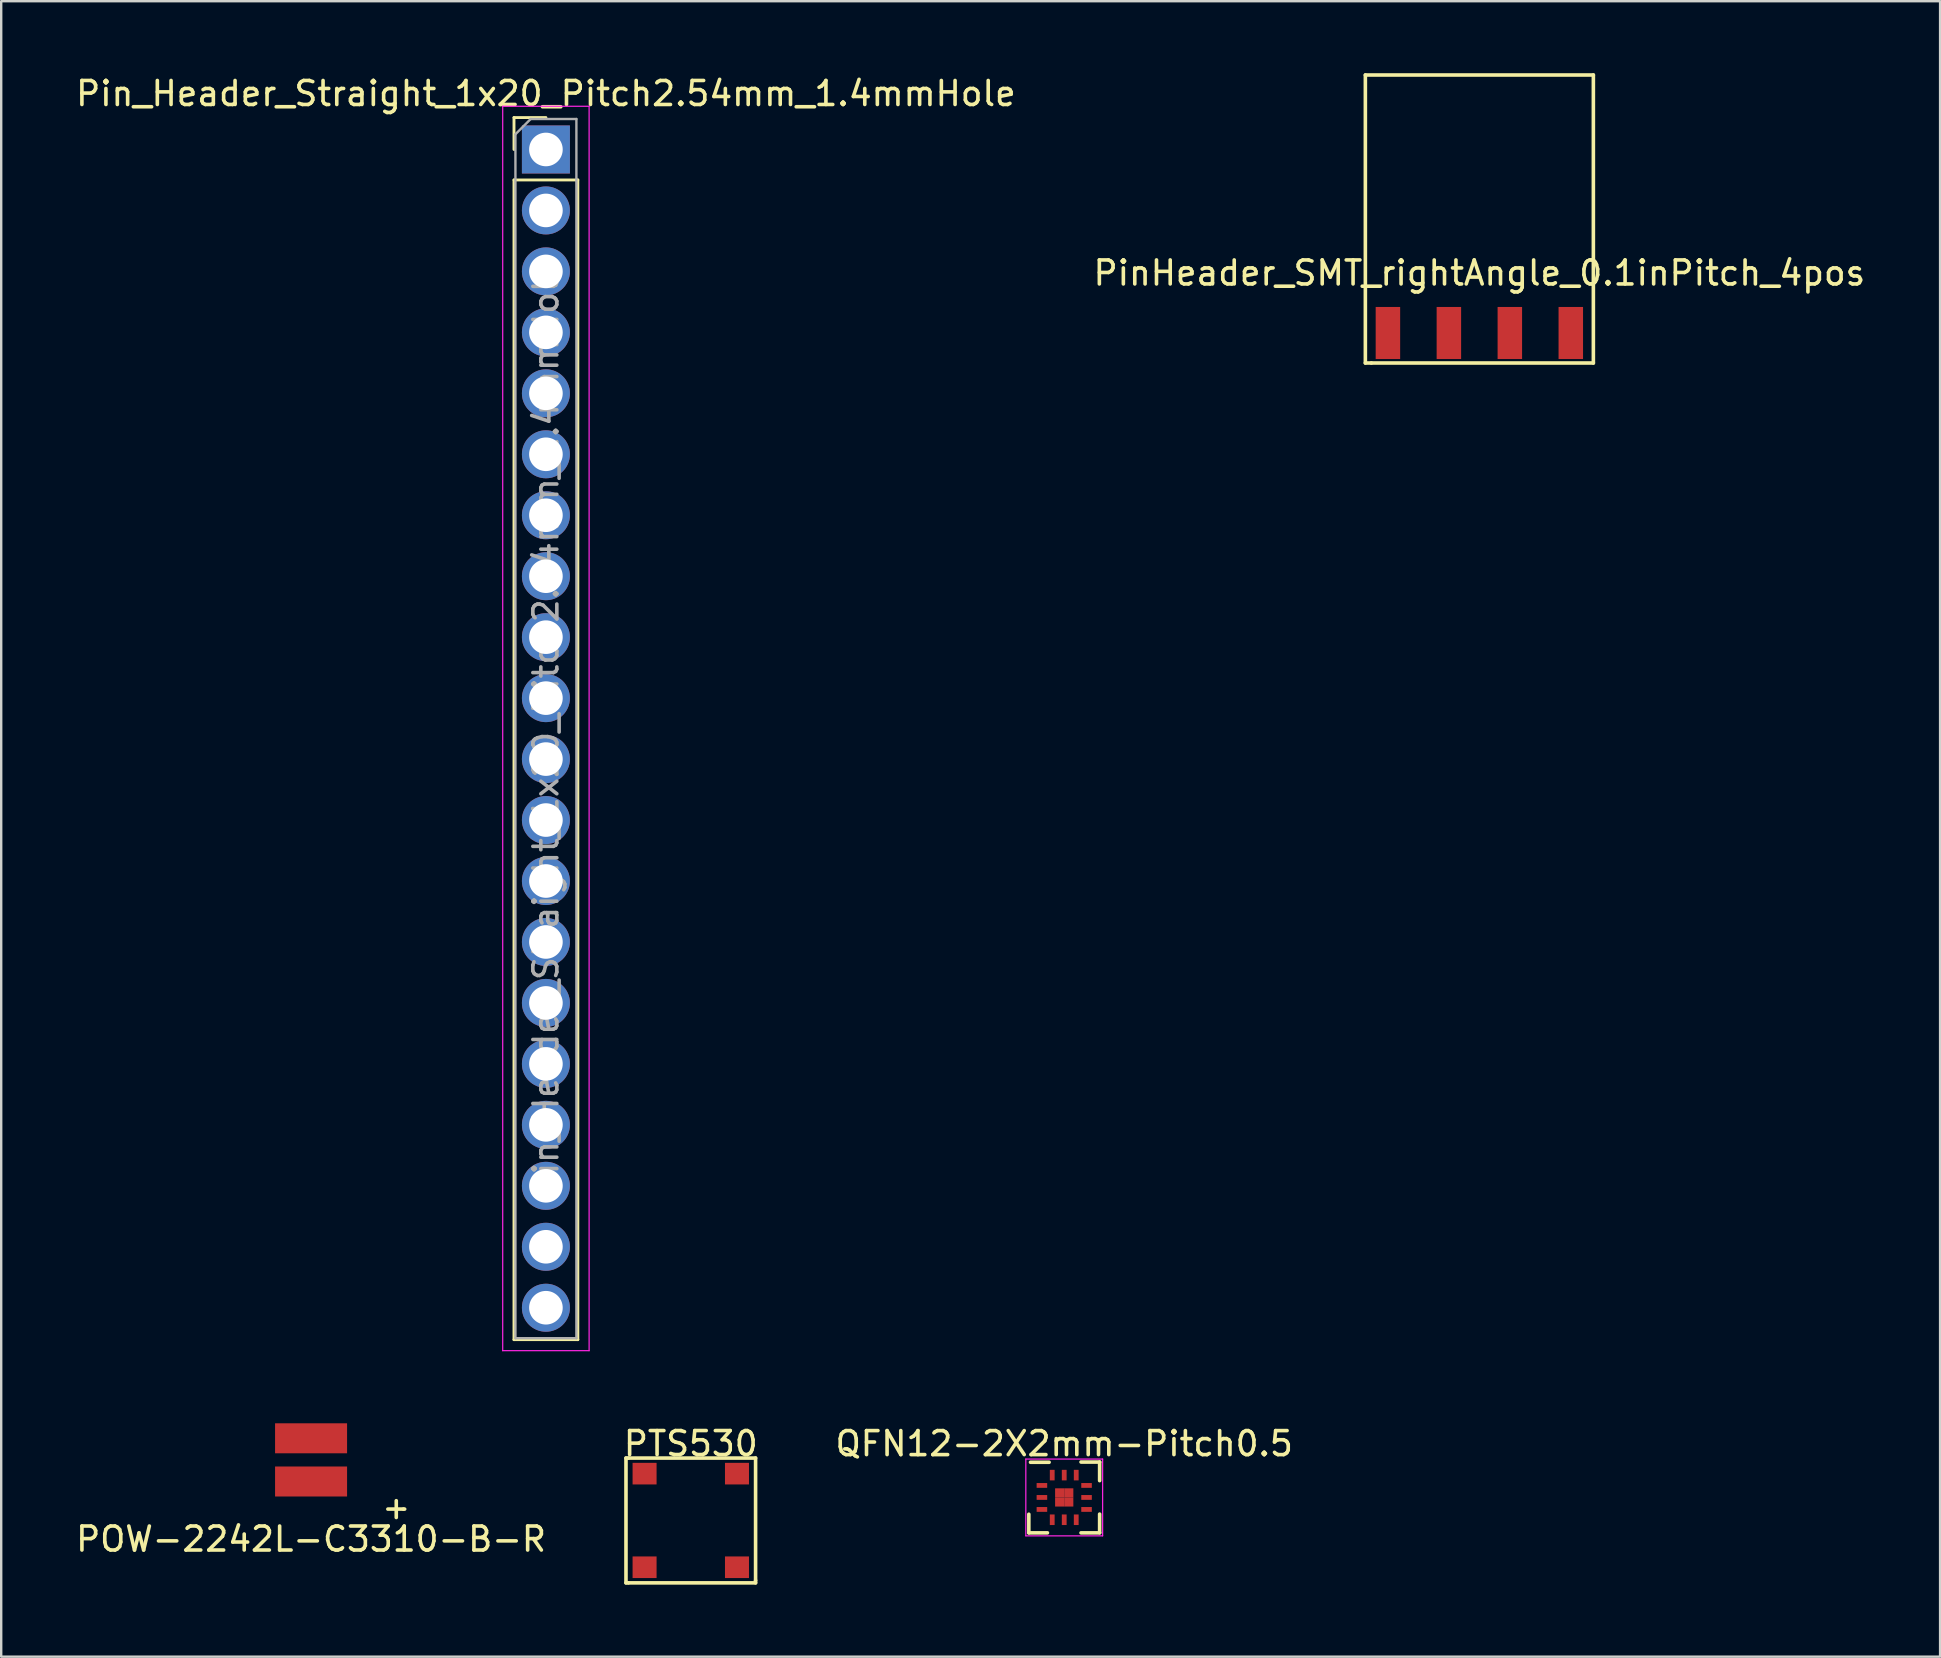
<source format=kicad_pcb>
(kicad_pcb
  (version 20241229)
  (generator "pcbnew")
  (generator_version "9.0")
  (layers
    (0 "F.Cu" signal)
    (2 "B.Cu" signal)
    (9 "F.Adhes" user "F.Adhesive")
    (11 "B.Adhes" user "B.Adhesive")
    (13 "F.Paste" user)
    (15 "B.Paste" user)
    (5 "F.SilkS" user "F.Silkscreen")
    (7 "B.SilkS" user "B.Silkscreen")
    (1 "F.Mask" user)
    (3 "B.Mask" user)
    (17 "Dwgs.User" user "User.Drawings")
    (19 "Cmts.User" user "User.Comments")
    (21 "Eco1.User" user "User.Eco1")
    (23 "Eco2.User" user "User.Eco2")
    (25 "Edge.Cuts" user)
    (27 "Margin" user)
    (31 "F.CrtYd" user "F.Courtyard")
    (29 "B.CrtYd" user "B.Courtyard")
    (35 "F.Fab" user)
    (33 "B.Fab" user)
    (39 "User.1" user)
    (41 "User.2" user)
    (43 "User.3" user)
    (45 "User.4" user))
  (footprint "PTS530"
    (layer "F.Cu")
    (at 25.732 60.301)
    (property "Reference" "PTS530" (at 0 -3.2 0) (layer "F.SilkS") (effects (font (size 1 1) (thickness 0.15))))
    (attr through_hole)
    (fp_line (start -2.7 -2.6) (end -2.6 -2.6) (stroke (width 0.15) (type solid)) (layer "F.SilkS"))
    (fp_line (start -2.7 2.6) (end -2.7 -2.6) (stroke (width 0.15) (type solid)) (layer "F.SilkS"))
    (fp_line (start -2.6 -2.6) (end 2.7 -2.6) (stroke (width 0.15) (type solid)) (layer "F.SilkS"))
    (fp_line (start -2.6 2.6) (end -2.7 2.6) (stroke (width 0.15) (type solid)) (layer "F.SilkS"))
    (fp_line (start 2.7 -2.6) (end 2.7 2.5) (stroke (width 0.15) (type solid)) (layer "F.SilkS"))
    (fp_line (start 2.7 2.5) (end 2.7 2.6) (stroke (width 0.15) (type solid)) (layer "F.SilkS"))
    (fp_line (start 2.7 2.6) (end -2.6 2.6) (stroke (width 0.15) (type solid)) (layer "F.SilkS"))
    (pad "1" smd rect (at -1.925 -1.95) (size 1 0.9) (layers "F.Cu" "F.Mask" "F.Paste"))
    (pad "2" smd rect (at 1.925 -1.95) (size 1 0.9) (layers "F.Cu" "F.Mask" "F.Paste"))
    (pad "3" smd rect (at -1.925 1.95) (size 1 0.9) (layers "F.Cu" "F.Mask" "F.Paste"))
    (pad "4" smd rect (at 1.925 1.95) (size 1 0.9) (layers "F.Cu" "F.Mask" "F.Paste")))
  (footprint "POW-2242L-C3310-B-R"
    (layer "F.Cu")
    (at 9.911 57.778)
    (property "Reference" "POW-2242L-C3310-B-R" (at 0 3.3 0) (layer "F.SilkS") (effects (font (size 1 1) (thickness 0.15))))
    (attr through_hole)
    (fp_line (start 3.2 2.05) (end 3.85 2.05) (stroke (width 0.15) (type solid)) (layer "F.SilkS"))
    (fp_line (start 3.55 1.7) (end 3.55 2.4) (stroke (width 0.15) (type solid)) (layer "F.SilkS"))
    (fp_line (start 3.85 2.05) (end 3.9 2.05) (stroke (width 0.15) (type solid)) (layer "F.SilkS"))
    (pad "A" smd rect (at 0 0.9) (size 3 1.25) (layers "F.Cu" "F.Mask" "F.Paste"))
    (pad "C" smd rect (at 0 -0.9) (size 3 1.25) (layers "F.Cu" "F.Mask" "F.Paste")))
  (footprint "PinHeader_SMT_rightAngle_0.1inPitch_4pos"
    (layer "F.Cu")
    (at 58.589 10.825)
    (property "Reference" "PinHeader_SMT_rightAngle_0.1inPitch_4pos" (at 0 -2.5 0) (layer "F.SilkS") (effects (font (size 1 1) (thickness 0.15))))
    (attr through_hole)
    (fp_line (start -4.75 -10.75) (end 4.75 -10.75) (stroke (width 0.15) (type solid)) (layer "F.SilkS"))
    (fp_line (start -4.75 1.25) (end -4.75 -10.75) (stroke (width 0.15) (type solid)) (layer "F.SilkS"))
    (fp_line (start -4.5 1.25) (end -4.75 1.25) (stroke (width 0.15) (type solid)) (layer "F.SilkS"))
    (fp_line (start -4.5 1.25) (end 4.75 1.25) (stroke (width 0.15) (type solid)) (layer "F.SilkS"))
    (fp_line (start 4.75 1.25) (end 4.75 -10.75) (stroke (width 0.15) (type solid)) (layer "F.SilkS"))
    (pad "1" smd rect (at -3.81 0) (size 1.02 2.17) (layers "F.Cu" "F.Mask" "F.Paste"))
    (pad "2" smd rect (at -1.27 0) (size 1.02 2.17) (layers "F.Cu" "F.Mask" "F.Paste"))
    (pad "3" smd rect (at 1.27 0) (size 1.02 2.17) (layers "F.Cu" "F.Mask" "F.Paste"))
    (pad "4" smd rect (at 3.81 0) (size 1.02 2.17) (layers "F.Cu" "F.Mask" "F.Paste")))
  (footprint "Pin_Header_Straight_1x20_Pitch2.54mm_1.4mmHole"
    (layer "F.Cu")
    (at 19.696 3.178)
    (property "Reference" "Pin_Header_Straight_1x20_Pitch2.54mm_1.4mmHole" (at 0 -2.33 0) (layer "F.SilkS") (effects (font (size 1 1) (thickness 0.15))))
    (attr through_hole)
    (fp_line (start -1.33 -1.33) (end 0 -1.33) (stroke (width 0.12) (type solid)) (layer "F.SilkS"))
    (fp_line (start -1.33 0) (end -1.33 -1.33) (stroke (width 0.12) (type solid)) (layer "F.SilkS"))
    (fp_line (start -1.33 1.27) (end -1.33 49.59) (stroke (width 0.12) (type solid)) (layer "F.SilkS"))
    (fp_line (start -1.33 1.27) (end 1.33 1.27) (stroke (width 0.12) (type solid)) (layer "F.SilkS"))
    (fp_line (start -1.33 49.59) (end 1.33 49.59) (stroke (width 0.12) (type solid)) (layer "F.SilkS"))
    (fp_line (start 1.33 1.27) (end 1.33 49.59) (stroke (width 0.12) (type solid)) (layer "F.SilkS"))
    (fp_line (start -1.8 -1.8) (end -1.8 50.05) (stroke (width 0.05) (type solid)) (layer "F.CrtYd"))
    (fp_line (start -1.8 50.05) (end 1.8 50.05) (stroke (width 0.05) (type solid)) (layer "F.CrtYd"))
    (fp_line (start 1.8 -1.8) (end -1.8 -1.8) (stroke (width 0.05) (type solid)) (layer "F.CrtYd"))
    (fp_line (start 1.8 50.05) (end 1.8 -1.8) (stroke (width 0.05) (type solid)) (layer "F.CrtYd"))
    (fp_line (start -1.27 -0.635) (end -0.635 -1.27) (stroke (width 0.1) (type solid)) (layer "F.Fab"))
    (fp_line (start -1.27 49.53) (end -1.27 -0.635) (stroke (width 0.1) (type solid)) (layer "F.Fab"))
    (fp_line (start -0.635 -1.27) (end 1.27 -1.27) (stroke (width 0.1) (type solid)) (layer "F.Fab"))
    (fp_line (start 1.27 -1.27) (end 1.27 49.53) (stroke (width 0.1) (type solid)) (layer "F.Fab"))
    (fp_line (start 1.27 49.53) (end -1.27 49.53) (stroke (width 0.1) (type solid)) (layer "F.Fab"))
    (fp_text user "${REFERENCE}" (at 0 24.13 90) (layer "F.Fab") (effects (font (size 1 1) (thickness 0.15))))
    (pad "1" thru_hole rect (at 0 0) (size 2 2) (drill 1.4) (layers "*.Cu" "*.Mask"))
    (pad "2" thru_hole oval (at 0 2.54) (size 2 2) (drill 1.4) (layers "*.Cu" "*.Mask"))
    (pad "3" thru_hole oval (at 0 5.08) (size 2 2) (drill 1.4) (layers "*.Cu" "*.Mask"))
    (pad "4" thru_hole oval (at 0 7.62) (size 2 2) (drill 1.4) (layers "*.Cu" "*.Mask"))
    (pad "5" thru_hole oval (at 0 10.16) (size 2 2) (drill 1.4) (layers "*.Cu" "*.Mask"))
    (pad "6" thru_hole oval (at 0 12.7) (size 2 2) (drill 1.4) (layers "*.Cu" "*.Mask"))
    (pad "7" thru_hole oval (at 0 15.24) (size 2 2) (drill 1.4) (layers "*.Cu" "*.Mask"))
    (pad "8" thru_hole oval (at 0 17.78) (size 2 2) (drill 1.4) (layers "*.Cu" "*.Mask"))
    (pad "9" thru_hole oval (at 0 20.32) (size 2 2) (drill 1.4) (layers "*.Cu" "*.Mask"))
    (pad "10" thru_hole oval (at 0 22.86) (size 2 2) (drill 1.4) (layers "*.Cu" "*.Mask"))
    (pad "11" thru_hole oval (at 0 25.4) (size 2 2) (drill 1.4) (layers "*.Cu" "*.Mask"))
    (pad "12" thru_hole oval (at 0 27.94) (size 2 2) (drill 1.4) (layers "*.Cu" "*.Mask"))
    (pad "13" thru_hole oval (at 0 30.48) (size 2 2) (drill 1.4) (layers "*.Cu" "*.Mask"))
    (pad "14" thru_hole oval (at 0 33.02) (size 2 2) (drill 1.4) (layers "*.Cu" "*.Mask"))
    (pad "15" thru_hole oval (at 0 35.56) (size 2 2) (drill 1.4) (layers "*.Cu" "*.Mask"))
    (pad "16" thru_hole oval (at 0 38.1) (size 2 2) (drill 1.4) (layers "*.Cu" "*.Mask"))
    (pad "17" thru_hole oval (at 0 40.64) (size 2 2) (drill 1.4) (layers "*.Cu" "*.Mask"))
    (pad "18" thru_hole oval (at 0 43.18) (size 2 2) (drill 1.4) (layers "*.Cu" "*.Mask"))
    (pad "19" thru_hole oval (at 0 45.72) (size 2 2) (drill 1.4) (layers "*.Cu" "*.Mask"))
    (pad "20" thru_hole oval (at 0 48.26) (size 2 2) (drill 1.4) (layers "*.Cu" "*.Mask")))
  (footprint "QFN12-2X2mm-Pitch0.5"
    (layer "F.Cu")
    (at 41.292 59.342)
    (property "Reference" "QFN12-2X2mm-Pitch0.5" (at 0 -2.24 0) (layer "F.SilkS") (effects (font (size 1 1) (thickness 0.15))))
    (attr smd)
    (fp_line (start -1.475 1.475) (end -1.475 0.7) (stroke (width 0.15) (type solid)) (layer "F.SilkS"))
    (fp_line (start -1.475 1.475) (end -0.7 1.475) (stroke (width 0.15) (type solid)) (layer "F.SilkS"))
    (fp_line (start -1.405 -1.465) (end -0.63 -1.465) (stroke (width 0.15) (type solid)) (layer "F.SilkS"))
    (fp_line (start 1.475 -1.475) (end 0.7 -1.475) (stroke (width 0.15) (type solid)) (layer "F.SilkS"))
    (fp_line (start 1.475 -1.475) (end 1.475 -0.7) (stroke (width 0.15) (type solid)) (layer "F.SilkS"))
    (fp_line (start 1.475 1.475) (end 0.7 1.475) (stroke (width 0.15) (type solid)) (layer "F.SilkS"))
    (fp_line (start 1.475 1.47) (end 1.475 0.695) (stroke (width 0.15) (type solid)) (layer "F.SilkS"))
    (fp_line (start -1.6 -1.6) (end -1.6 1.6) (stroke (width 0.05) (type solid)) (layer "F.CrtYd"))
    (fp_line (start -1.6 -1.6) (end 1.6 -1.6) (stroke (width 0.05) (type solid)) (layer "F.CrtYd"))
    (fp_line (start -1.6 1.6) (end 1.6 1.6) (stroke (width 0.05) (type solid)) (layer "F.CrtYd"))
    (fp_line (start 1.6 -1.6) (end 1.6 1.6) (stroke (width 0.05) (type solid)) (layer "F.CrtYd"))
    (pad "1" smd rect (at -0.93 -0.5) (size 0.44 0.2) (layers "F.Cu" "F.Mask" "F.Paste"))
    (pad "2" smd rect (at -0.93 0) (size 0.44 0.2) (layers "F.Cu" "F.Mask" "F.Paste"))
    (pad "3" smd rect (at -0.93 0.5) (size 0.44 0.2) (layers "F.Cu" "F.Mask" "F.Paste"))
    (pad "4" smd rect (at -0.5 0.93 90) (size 0.44 0.2) (layers "F.Cu" "F.Mask" "F.Paste"))
    (pad "5" smd rect (at 0 0.93 90) (size 0.44 0.2) (layers "F.Cu" "F.Mask" "F.Paste"))
    (pad "6" smd rect (at 0.5 0.93 90) (size 0.44 0.2) (layers "F.Cu" "F.Mask" "F.Paste"))
    (pad "7" smd rect (at 0.93 0.5) (size 0.44 0.2) (layers "F.Cu" "F.Mask" "F.Paste"))
    (pad "8" smd rect (at 0.93 0) (size 0.44 0.2) (layers "F.Cu" "F.Mask" "F.Paste"))
    (pad "9" smd rect (at 0.93 -0.5) (size 0.44 0.2) (layers "F.Cu" "F.Mask" "F.Paste"))
    (pad "10" smd rect (at 0.5 -0.93 90) (size 0.44 0.2) (layers "F.Cu" "F.Mask" "F.Paste"))
    (pad "11" smd rect (at 0 -0.93 90) (size 0.44 0.2) (layers "F.Cu" "F.Mask" "F.Paste"))
    (pad "12" smd rect (at -0.5 -0.93 90) (size 0.44 0.2) (layers "F.Cu" "F.Mask" "F.Paste"))
    (pad "13" smd rect (at -0.19 -0.19) (size 0.38 0.38) (layers "F.Cu" "F.Mask" "F.Paste"))
    (pad "13" smd rect (at -0.19 0.19) (size 0.38 0.38) (layers "F.Cu" "F.Mask" "F.Paste"))
    (pad "13" smd rect (at 0.19 -0.19) (size 0.38 0.38) (layers "F.Cu" "F.Mask" "F.Paste"))
    (pad "13" smd rect (at 0.19 0.19) (size 0.38 0.38) (layers "F.Cu" "F.Mask" "F.Paste")))
  (gr_rect
    (start -3 -3)
    (end 77.786 65.977)
    (stroke (width 0.1) (type default))
    (fill no)
    (layer "Edge.Cuts")))
</source>
